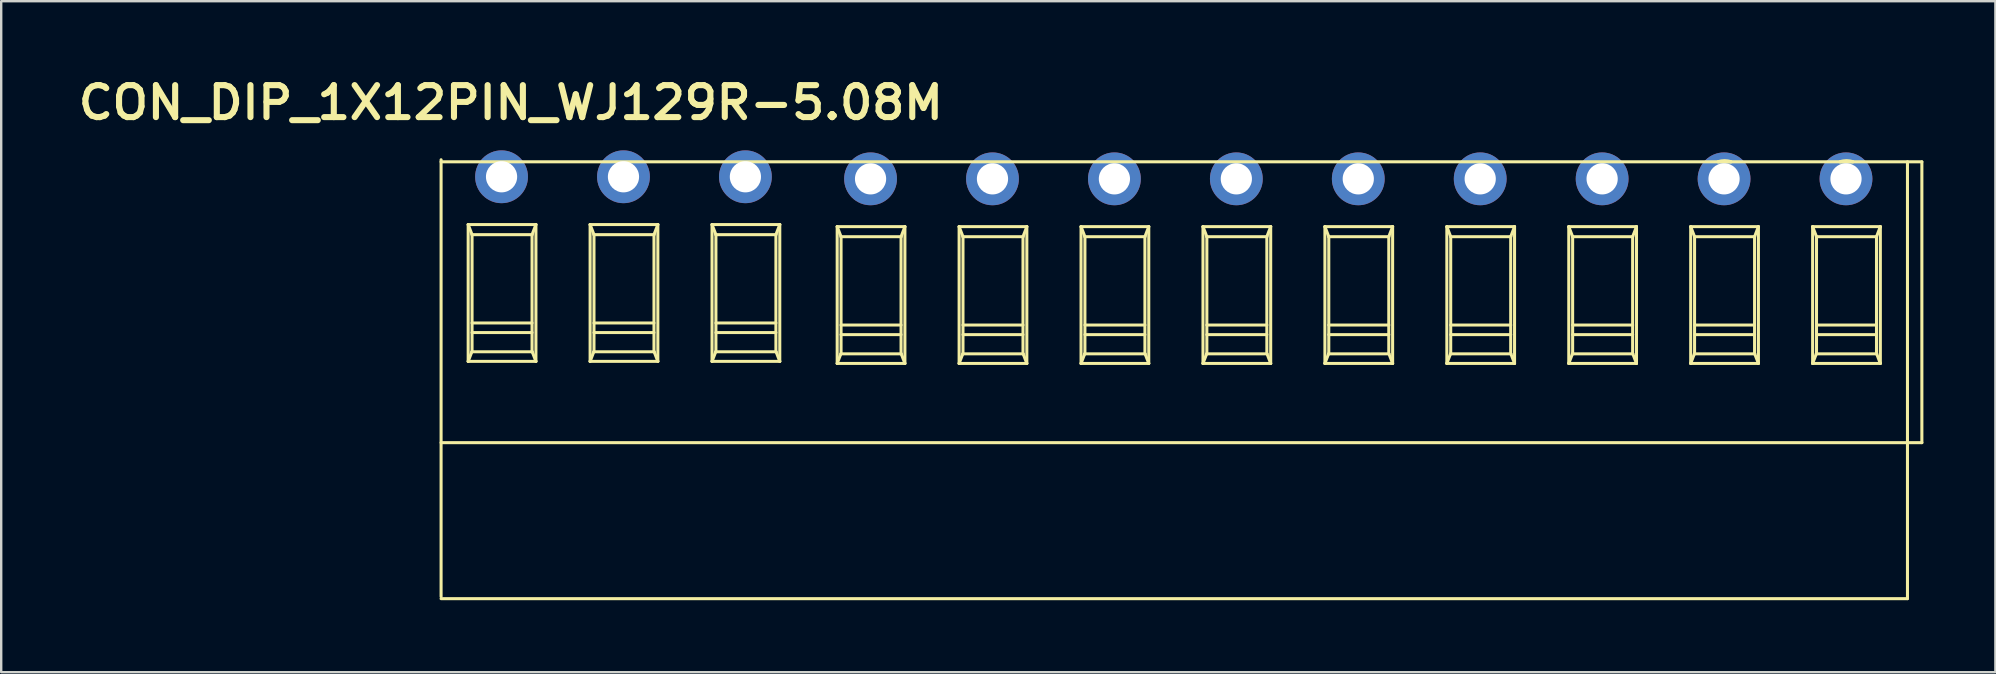
<source format=kicad_pcb>
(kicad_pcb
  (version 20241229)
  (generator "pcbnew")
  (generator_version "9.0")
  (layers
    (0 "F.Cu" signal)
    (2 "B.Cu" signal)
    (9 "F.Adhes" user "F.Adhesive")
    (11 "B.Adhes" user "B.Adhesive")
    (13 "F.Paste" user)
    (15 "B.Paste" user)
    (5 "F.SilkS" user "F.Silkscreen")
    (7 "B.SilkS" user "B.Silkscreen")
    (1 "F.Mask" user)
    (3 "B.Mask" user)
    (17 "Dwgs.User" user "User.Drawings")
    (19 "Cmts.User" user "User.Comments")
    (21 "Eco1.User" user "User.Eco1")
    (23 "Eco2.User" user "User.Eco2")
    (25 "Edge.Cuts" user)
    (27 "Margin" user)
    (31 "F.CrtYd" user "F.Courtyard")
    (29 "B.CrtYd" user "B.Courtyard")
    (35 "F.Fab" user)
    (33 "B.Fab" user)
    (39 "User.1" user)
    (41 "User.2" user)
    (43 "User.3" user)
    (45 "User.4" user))
  (footprint "CON_DIP_1X12PIN_WJ129R-5.08M"
    (layer "F.Cu")
    (at 43.38 15.45)
    (property "Reference" "CON_DIP_1X12PIN_WJ129R-5.08M" (at -25.146 -14.224 0) (unlocked yes) (layer "F.SilkS") (effects (font (size 1.333 1.402) (thickness 0.254))))
    (attr smd)
    (fp_line (start -28.053 -11.758) (end 33.641 -11.758) (stroke (width 0.127) (type solid)) (layer "F.SilkS"))
    (fp_line (start -28.053 -0.058) (end 33.641 -0.058) (stroke (width 0.127) (type solid)) (layer "F.SilkS"))
    (fp_line (start -28.053 6.356) (end -28.053 -11.844) (stroke (width 0.127) (type solid)) (layer "F.SilkS"))
    (fp_line (start -28.053 6.442) (end 33.041 6.442) (stroke (width 0.127) (type solid)) (layer "F.SilkS"))
    (fp_line (start -26.924 -9.144) (end -26.763 -8.724) (stroke (width 0.127) (type solid)) (layer "F.SilkS"))
    (fp_line (start -26.924 -9.144) (end -24.102 -9.144) (stroke (width 0.127) (type solid)) (layer "F.SilkS"))
    (fp_line (start -26.924 -3.444) (end -26.924 -9.144) (stroke (width 0.127) (type solid)) (layer "F.SilkS"))
    (fp_line (start -26.924 -3.444) (end -26.771 -3.844) (stroke (width 0.127) (type solid)) (layer "F.SilkS"))
    (fp_line (start -26.924 -3.444) (end -24.102 -3.444) (stroke (width 0.127) (type solid)) (layer "F.SilkS"))
    (fp_line (start -26.771 -3.844) (end -24.256 -3.844) (stroke (width 0.127) (type solid)) (layer "F.SilkS"))
    (fp_line (start -26.763 -8.724) (end -24.263 -8.724) (stroke (width 0.127) (type solid)) (layer "F.SilkS"))
    (fp_line (start -26.763 -5.044) (end -24.263 -5.044) (stroke (width 0.127) (type solid)) (layer "F.SilkS"))
    (fp_line (start -26.763 -4.644) (end -24.263 -4.644) (stroke (width 0.127) (type solid)) (layer "F.SilkS"))
    (fp_line (start -26.763 -3.844) (end -26.763 -8.724) (stroke (width 0.127) (type solid)) (layer "F.SilkS"))
    (fp_line (start -24.263 -8.724) (end -24.102 -9.144) (stroke (width 0.127) (type solid)) (layer "F.SilkS"))
    (fp_line (start -24.263 -3.844) (end -24.263 -8.724) (stroke (width 0.127) (type solid)) (layer "F.SilkS"))
    (fp_line (start -24.256 -3.844) (end -24.102 -3.444) (stroke (width 0.127) (type solid)) (layer "F.SilkS"))
    (fp_line (start -24.102 -3.444) (end -24.102 -9.144) (stroke (width 0.127) (type solid)) (layer "F.SilkS"))
    (fp_line (start -21.844 -9.144) (end -21.683 -8.724) (stroke (width 0.127) (type solid)) (layer "F.SilkS"))
    (fp_line (start -21.844 -9.144) (end -19.022 -9.144) (stroke (width 0.127) (type solid)) (layer "F.SilkS"))
    (fp_line (start -21.844 -3.444) (end -21.844 -9.144) (stroke (width 0.127) (type solid)) (layer "F.SilkS"))
    (fp_line (start -21.844 -3.444) (end -21.691 -3.844) (stroke (width 0.127) (type solid)) (layer "F.SilkS"))
    (fp_line (start -21.844 -3.444) (end -19.022 -3.444) (stroke (width 0.127) (type solid)) (layer "F.SilkS"))
    (fp_line (start -21.691 -3.844) (end -19.176 -3.844) (stroke (width 0.127) (type solid)) (layer "F.SilkS"))
    (fp_line (start -21.683 -8.724) (end -19.183 -8.724) (stroke (width 0.127) (type solid)) (layer "F.SilkS"))
    (fp_line (start -21.683 -5.044) (end -19.183 -5.044) (stroke (width 0.127) (type solid)) (layer "F.SilkS"))
    (fp_line (start -21.683 -4.644) (end -19.183 -4.644) (stroke (width 0.127) (type solid)) (layer "F.SilkS"))
    (fp_line (start -21.683 -3.844) (end -21.683 -8.724) (stroke (width 0.127) (type solid)) (layer "F.SilkS"))
    (fp_line (start -19.183 -8.724) (end -19.022 -9.144) (stroke (width 0.127) (type solid)) (layer "F.SilkS"))
    (fp_line (start -19.183 -3.844) (end -19.183 -8.724) (stroke (width 0.127) (type solid)) (layer "F.SilkS"))
    (fp_line (start -19.176 -3.844) (end -19.022 -3.444) (stroke (width 0.127) (type solid)) (layer "F.SilkS"))
    (fp_line (start -19.022 -3.444) (end -19.022 -9.144) (stroke (width 0.127) (type solid)) (layer "F.SilkS"))
    (fp_line (start -16.764 -9.144) (end -16.603 -8.724) (stroke (width 0.127) (type solid)) (layer "F.SilkS"))
    (fp_line (start -16.764 -9.144) (end -13.942 -9.144) (stroke (width 0.127) (type solid)) (layer "F.SilkS"))
    (fp_line (start -16.764 -3.444) (end -16.764 -9.144) (stroke (width 0.127) (type solid)) (layer "F.SilkS"))
    (fp_line (start -16.764 -3.444) (end -16.611 -3.844) (stroke (width 0.127) (type solid)) (layer "F.SilkS"))
    (fp_line (start -16.764 -3.444) (end -13.942 -3.444) (stroke (width 0.127) (type solid)) (layer "F.SilkS"))
    (fp_line (start -16.611 -3.844) (end -14.096 -3.844) (stroke (width 0.127) (type solid)) (layer "F.SilkS"))
    (fp_line (start -16.603 -8.724) (end -14.103 -8.724) (stroke (width 0.127) (type solid)) (layer "F.SilkS"))
    (fp_line (start -16.603 -5.044) (end -14.103 -5.044) (stroke (width 0.127) (type solid)) (layer "F.SilkS"))
    (fp_line (start -16.603 -4.644) (end -14.103 -4.644) (stroke (width 0.127) (type solid)) (layer "F.SilkS"))
    (fp_line (start -16.603 -3.844) (end -16.603 -8.724) (stroke (width 0.127) (type solid)) (layer "F.SilkS"))
    (fp_line (start -14.103 -8.724) (end -13.942 -9.144) (stroke (width 0.127) (type solid)) (layer "F.SilkS"))
    (fp_line (start -14.103 -3.844) (end -14.103 -8.724) (stroke (width 0.127) (type solid)) (layer "F.SilkS"))
    (fp_line (start -14.096 -3.844) (end -13.942 -3.444) (stroke (width 0.127) (type solid)) (layer "F.SilkS"))
    (fp_line (start -13.942 -3.444) (end -13.942 -9.144) (stroke (width 0.127) (type solid)) (layer "F.SilkS"))
    (fp_line (start -11.55 -9.058) (end -11.389 -8.638) (stroke (width 0.127) (type solid)) (layer "F.SilkS"))
    (fp_line (start -11.55 -9.058) (end -8.729 -9.058) (stroke (width 0.127) (type solid)) (layer "F.SilkS"))
    (fp_line (start -11.55 -3.358) (end -11.55 -9.058) (stroke (width 0.127) (type solid)) (layer "F.SilkS"))
    (fp_line (start -11.55 -3.358) (end -11.397 -3.758) (stroke (width 0.127) (type solid)) (layer "F.SilkS"))
    (fp_line (start -11.55 -3.358) (end -8.729 -3.358) (stroke (width 0.127) (type solid)) (layer "F.SilkS"))
    (fp_line (start -11.397 -3.758) (end -8.882 -3.758) (stroke (width 0.127) (type solid)) (layer "F.SilkS"))
    (fp_line (start -11.389 -8.638) (end -8.889 -8.638) (stroke (width 0.127) (type solid)) (layer "F.SilkS"))
    (fp_line (start -11.389 -4.958) (end -8.889 -4.958) (stroke (width 0.127) (type solid)) (layer "F.SilkS"))
    (fp_line (start -11.389 -4.558) (end -8.889 -4.558) (stroke (width 0.127) (type solid)) (layer "F.SilkS"))
    (fp_line (start -11.389 -3.758) (end -11.389 -8.638) (stroke (width 0.127) (type solid)) (layer "F.SilkS"))
    (fp_line (start -8.889 -8.638) (end -8.729 -9.058) (stroke (width 0.127) (type solid)) (layer "F.SilkS"))
    (fp_line (start -8.889 -3.758) (end -8.889 -8.638) (stroke (width 0.127) (type solid)) (layer "F.SilkS"))
    (fp_line (start -8.882 -3.758) (end -8.729 -3.358) (stroke (width 0.127) (type solid)) (layer "F.SilkS"))
    (fp_line (start -8.729 -3.358) (end -8.729 -9.058) (stroke (width 0.127) (type solid)) (layer "F.SilkS"))
    (fp_line (start -6.47 -9.058) (end -6.309 -8.638) (stroke (width 0.127) (type solid)) (layer "F.SilkS"))
    (fp_line (start -6.47 -9.058) (end -3.649 -9.058) (stroke (width 0.127) (type solid)) (layer "F.SilkS"))
    (fp_line (start -6.47 -3.358) (end -6.47 -9.058) (stroke (width 0.127) (type solid)) (layer "F.SilkS"))
    (fp_line (start -6.47 -3.358) (end -6.317 -3.758) (stroke (width 0.127) (type solid)) (layer "F.SilkS"))
    (fp_line (start -6.47 -3.358) (end -3.649 -3.358) (stroke (width 0.127) (type solid)) (layer "F.SilkS"))
    (fp_line (start -6.317 -3.758) (end -3.802 -3.758) (stroke (width 0.127) (type solid)) (layer "F.SilkS"))
    (fp_line (start -6.309 -8.638) (end -3.809 -8.638) (stroke (width 0.127) (type solid)) (layer "F.SilkS"))
    (fp_line (start -6.309 -4.958) (end -3.809 -4.958) (stroke (width 0.127) (type solid)) (layer "F.SilkS"))
    (fp_line (start -6.309 -4.558) (end -3.809 -4.558) (stroke (width 0.127) (type solid)) (layer "F.SilkS"))
    (fp_line (start -6.309 -3.758) (end -6.309 -8.638) (stroke (width 0.127) (type solid)) (layer "F.SilkS"))
    (fp_line (start -3.809 -8.638) (end -3.649 -9.058) (stroke (width 0.127) (type solid)) (layer "F.SilkS"))
    (fp_line (start -3.809 -3.758) (end -3.809 -8.638) (stroke (width 0.127) (type solid)) (layer "F.SilkS"))
    (fp_line (start -3.802 -3.758) (end -3.649 -3.358) (stroke (width 0.127) (type solid)) (layer "F.SilkS"))
    (fp_line (start -3.649 -3.358) (end -3.649 -9.058) (stroke (width 0.127) (type solid)) (layer "F.SilkS"))
    (fp_line (start -1.39 -9.058) (end -1.229 -8.638) (stroke (width 0.127) (type solid)) (layer "F.SilkS"))
    (fp_line (start -1.39 -9.058) (end 1.431 -9.058) (stroke (width 0.127) (type solid)) (layer "F.SilkS"))
    (fp_line (start -1.39 -3.358) (end -1.39 -9.058) (stroke (width 0.127) (type solid)) (layer "F.SilkS"))
    (fp_line (start -1.39 -3.358) (end -1.237 -3.758) (stroke (width 0.127) (type solid)) (layer "F.SilkS"))
    (fp_line (start -1.39 -3.358) (end 1.431 -3.358) (stroke (width 0.127) (type solid)) (layer "F.SilkS"))
    (fp_line (start -1.237 -3.758) (end 1.278 -3.758) (stroke (width 0.127) (type solid)) (layer "F.SilkS"))
    (fp_line (start -1.229 -8.638) (end 1.271 -8.638) (stroke (width 0.127) (type solid)) (layer "F.SilkS"))
    (fp_line (start -1.229 -4.958) (end 1.271 -4.958) (stroke (width 0.127) (type solid)) (layer "F.SilkS"))
    (fp_line (start -1.229 -4.558) (end 1.271 -4.558) (stroke (width 0.127) (type solid)) (layer "F.SilkS"))
    (fp_line (start -1.229 -3.758) (end -1.229 -8.638) (stroke (width 0.127) (type solid)) (layer "F.SilkS"))
    (fp_line (start 1.271 -8.638) (end 1.431 -9.058) (stroke (width 0.127) (type solid)) (layer "F.SilkS"))
    (fp_line (start 1.271 -3.758) (end 1.271 -8.638) (stroke (width 0.127) (type solid)) (layer "F.SilkS"))
    (fp_line (start 1.278 -3.758) (end 1.431 -3.358) (stroke (width 0.127) (type solid)) (layer "F.SilkS"))
    (fp_line (start 1.431 -3.358) (end 1.431 -9.058) (stroke (width 0.127) (type solid)) (layer "F.SilkS"))
    (fp_line (start 3.69 -9.058) (end 3.851 -8.638) (stroke (width 0.127) (type solid)) (layer "F.SilkS"))
    (fp_line (start 3.69 -9.058) (end 6.511 -9.058) (stroke (width 0.127) (type solid)) (layer "F.SilkS"))
    (fp_line (start 3.69 -3.358) (end 3.69 -9.058) (stroke (width 0.127) (type solid)) (layer "F.SilkS"))
    (fp_line (start 3.69 -3.358) (end 3.843 -3.758) (stroke (width 0.127) (type solid)) (layer "F.SilkS"))
    (fp_line (start 3.69 -3.358) (end 6.511 -3.358) (stroke (width 0.127) (type solid)) (layer "F.SilkS"))
    (fp_line (start 3.843 -3.758) (end 6.358 -3.758) (stroke (width 0.127) (type solid)) (layer "F.SilkS"))
    (fp_line (start 3.851 -8.638) (end 6.351 -8.638) (stroke (width 0.127) (type solid)) (layer "F.SilkS"))
    (fp_line (start 3.851 -4.958) (end 6.351 -4.958) (stroke (width 0.127) (type solid)) (layer "F.SilkS"))
    (fp_line (start 3.851 -4.558) (end 6.351 -4.558) (stroke (width 0.127) (type solid)) (layer "F.SilkS"))
    (fp_line (start 3.851 -3.758) (end 3.851 -8.638) (stroke (width 0.127) (type solid)) (layer "F.SilkS"))
    (fp_line (start 6.351 -8.638) (end 6.511 -9.058) (stroke (width 0.127) (type solid)) (layer "F.SilkS"))
    (fp_line (start 6.351 -3.758) (end 6.351 -8.638) (stroke (width 0.127) (type solid)) (layer "F.SilkS"))
    (fp_line (start 6.358 -3.758) (end 6.511 -3.358) (stroke (width 0.127) (type solid)) (layer "F.SilkS"))
    (fp_line (start 6.511 -3.358) (end 6.511 -9.058) (stroke (width 0.127) (type solid)) (layer "F.SilkS"))
    (fp_line (start 8.77 -9.058) (end 8.931 -8.638) (stroke (width 0.127) (type solid)) (layer "F.SilkS"))
    (fp_line (start 8.77 -9.058) (end 11.591 -9.058) (stroke (width 0.127) (type solid)) (layer "F.SilkS"))
    (fp_line (start 8.77 -3.358) (end 8.77 -9.058) (stroke (width 0.127) (type solid)) (layer "F.SilkS"))
    (fp_line (start 8.77 -3.358) (end 8.923 -3.758) (stroke (width 0.127) (type solid)) (layer "F.SilkS"))
    (fp_line (start 8.77 -3.358) (end 11.591 -3.358) (stroke (width 0.127) (type solid)) (layer "F.SilkS"))
    (fp_line (start 8.923 -3.758) (end 11.438 -3.758) (stroke (width 0.127) (type solid)) (layer "F.SilkS"))
    (fp_line (start 8.931 -8.638) (end 11.431 -8.638) (stroke (width 0.127) (type solid)) (layer "F.SilkS"))
    (fp_line (start 8.931 -4.958) (end 11.431 -4.958) (stroke (width 0.127) (type solid)) (layer "F.SilkS"))
    (fp_line (start 8.931 -4.558) (end 11.431 -4.558) (stroke (width 0.127) (type solid)) (layer "F.SilkS"))
    (fp_line (start 8.931 -3.758) (end 8.931 -8.638) (stroke (width 0.127) (type solid)) (layer "F.SilkS"))
    (fp_line (start 11.431 -8.638) (end 11.591 -9.058) (stroke (width 0.127) (type solid)) (layer "F.SilkS"))
    (fp_line (start 11.431 -3.758) (end 11.431 -8.638) (stroke (width 0.127) (type solid)) (layer "F.SilkS"))
    (fp_line (start 11.438 -3.758) (end 11.591 -3.358) (stroke (width 0.127) (type solid)) (layer "F.SilkS"))
    (fp_line (start 11.591 -3.358) (end 11.591 -9.058) (stroke (width 0.127) (type solid)) (layer "F.SilkS"))
    (fp_line (start 13.85 -9.058) (end 14.011 -8.638) (stroke (width 0.127) (type solid)) (layer "F.SilkS"))
    (fp_line (start 13.85 -9.058) (end 16.671 -9.058) (stroke (width 0.127) (type solid)) (layer "F.SilkS"))
    (fp_line (start 13.85 -3.358) (end 13.85 -9.058) (stroke (width 0.127) (type solid)) (layer "F.SilkS"))
    (fp_line (start 13.85 -3.358) (end 14.003 -3.758) (stroke (width 0.127) (type solid)) (layer "F.SilkS"))
    (fp_line (start 13.85 -3.358) (end 16.671 -3.358) (stroke (width 0.127) (type solid)) (layer "F.SilkS"))
    (fp_line (start 14.003 -3.758) (end 16.518 -3.758) (stroke (width 0.127) (type solid)) (layer "F.SilkS"))
    (fp_line (start 14.011 -8.638) (end 16.511 -8.638) (stroke (width 0.127) (type solid)) (layer "F.SilkS"))
    (fp_line (start 14.011 -4.958) (end 16.511 -4.958) (stroke (width 0.127) (type solid)) (layer "F.SilkS"))
    (fp_line (start 14.011 -4.558) (end 16.511 -4.558) (stroke (width 0.127) (type solid)) (layer "F.SilkS"))
    (fp_line (start 14.011 -3.758) (end 14.011 -8.638) (stroke (width 0.127) (type solid)) (layer "F.SilkS"))
    (fp_line (start 16.511 -8.638) (end 16.671 -9.058) (stroke (width 0.127) (type solid)) (layer "F.SilkS"))
    (fp_line (start 16.511 -3.758) (end 16.511 -8.638) (stroke (width 0.127) (type solid)) (layer "F.SilkS"))
    (fp_line (start 16.518 -3.758) (end 16.671 -3.358) (stroke (width 0.127) (type solid)) (layer "F.SilkS"))
    (fp_line (start 16.671 -3.358) (end 16.671 -9.058) (stroke (width 0.127) (type solid)) (layer "F.SilkS"))
    (fp_line (start 18.93 -9.058) (end 19.091 -8.638) (stroke (width 0.127) (type solid)) (layer "F.SilkS"))
    (fp_line (start 18.93 -9.058) (end 21.751 -9.058) (stroke (width 0.127) (type solid)) (layer "F.SilkS"))
    (fp_line (start 18.93 -3.358) (end 18.93 -9.058) (stroke (width 0.127) (type solid)) (layer "F.SilkS"))
    (fp_line (start 18.93 -3.358) (end 19.083 -3.758) (stroke (width 0.127) (type solid)) (layer "F.SilkS"))
    (fp_line (start 18.93 -3.358) (end 21.751 -3.358) (stroke (width 0.127) (type solid)) (layer "F.SilkS"))
    (fp_line (start 19.083 -3.758) (end 21.598 -3.758) (stroke (width 0.127) (type solid)) (layer "F.SilkS"))
    (fp_line (start 19.091 -8.638) (end 21.591 -8.638) (stroke (width 0.127) (type solid)) (layer "F.SilkS"))
    (fp_line (start 19.091 -4.958) (end 21.591 -4.958) (stroke (width 0.127) (type solid)) (layer "F.SilkS"))
    (fp_line (start 19.091 -4.558) (end 21.591 -4.558) (stroke (width 0.127) (type solid)) (layer "F.SilkS"))
    (fp_line (start 19.091 -3.758) (end 19.091 -8.638) (stroke (width 0.127) (type solid)) (layer "F.SilkS"))
    (fp_line (start 21.591 -8.638) (end 21.751 -9.058) (stroke (width 0.127) (type solid)) (layer "F.SilkS"))
    (fp_line (start 21.591 -3.758) (end 21.591 -8.638) (stroke (width 0.127) (type solid)) (layer "F.SilkS"))
    (fp_line (start 21.598 -3.758) (end 21.751 -3.358) (stroke (width 0.127) (type solid)) (layer "F.SilkS"))
    (fp_line (start 21.751 -3.358) (end 21.751 -9.058) (stroke (width 0.127) (type solid)) (layer "F.SilkS"))
    (fp_line (start 24.01 -9.058) (end 24.171 -8.638) (stroke (width 0.127) (type solid)) (layer "F.SilkS"))
    (fp_line (start 24.01 -9.058) (end 26.831 -9.058) (stroke (width 0.127) (type solid)) (layer "F.SilkS"))
    (fp_line (start 24.01 -3.358) (end 24.01 -9.058) (stroke (width 0.127) (type solid)) (layer "F.SilkS"))
    (fp_line (start 24.01 -3.358) (end 24.163 -3.758) (stroke (width 0.127) (type solid)) (layer "F.SilkS"))
    (fp_line (start 24.01 -3.358) (end 26.831 -3.358) (stroke (width 0.127) (type solid)) (layer "F.SilkS"))
    (fp_line (start 24.163 -3.758) (end 26.678 -3.758) (stroke (width 0.127) (type solid)) (layer "F.SilkS"))
    (fp_line (start 24.171 -8.638) (end 26.671 -8.638) (stroke (width 0.127) (type solid)) (layer "F.SilkS"))
    (fp_line (start 24.171 -4.958) (end 26.671 -4.958) (stroke (width 0.127) (type solid)) (layer "F.SilkS"))
    (fp_line (start 24.171 -4.558) (end 26.671 -4.558) (stroke (width 0.127) (type solid)) (layer "F.SilkS"))
    (fp_line (start 24.171 -3.758) (end 24.171 -8.638) (stroke (width 0.127) (type solid)) (layer "F.SilkS"))
    (fp_line (start 25.154 -11.758) (end 25.687 -11.758) (stroke (width 0.127) (type solid)) (layer "F.SilkS"))
    (fp_line (start 26.671 -8.638) (end 26.831 -9.058) (stroke (width 0.127) (type solid)) (layer "F.SilkS"))
    (fp_line (start 26.671 -3.758) (end 26.671 -8.638) (stroke (width 0.127) (type solid)) (layer "F.SilkS"))
    (fp_line (start 26.678 -3.758) (end 26.831 -3.358) (stroke (width 0.127) (type solid)) (layer "F.SilkS"))
    (fp_line (start 26.831 -3.358) (end 26.831 -9.058) (stroke (width 0.127) (type solid)) (layer "F.SilkS"))
    (fp_line (start 29.09 -9.058) (end 29.251 -8.638) (stroke (width 0.127) (type solid)) (layer "F.SilkS"))
    (fp_line (start 29.09 -9.058) (end 31.911 -9.058) (stroke (width 0.127) (type solid)) (layer "F.SilkS"))
    (fp_line (start 29.09 -3.358) (end 29.09 -9.058) (stroke (width 0.127) (type solid)) (layer "F.SilkS"))
    (fp_line (start 29.09 -3.358) (end 29.243 -3.758) (stroke (width 0.127) (type solid)) (layer "F.SilkS"))
    (fp_line (start 29.09 -3.358) (end 31.911 -3.358) (stroke (width 0.127) (type solid)) (layer "F.SilkS"))
    (fp_line (start 29.243 -3.758) (end 31.758 -3.758) (stroke (width 0.127) (type solid)) (layer "F.SilkS"))
    (fp_line (start 29.251 -8.638) (end 31.751 -8.638) (stroke (width 0.127) (type solid)) (layer "F.SilkS"))
    (fp_line (start 29.251 -4.958) (end 31.751 -4.958) (stroke (width 0.127) (type solid)) (layer "F.SilkS"))
    (fp_line (start 29.251 -4.558) (end 31.751 -4.558) (stroke (width 0.127) (type solid)) (layer "F.SilkS"))
    (fp_line (start 29.251 -3.758) (end 29.251 -8.638) (stroke (width 0.127) (type solid)) (layer "F.SilkS"))
    (fp_line (start 30.234 -11.758) (end 30.767 -11.758) (stroke (width 0.127) (type solid)) (layer "F.SilkS"))
    (fp_line (start 31.751 -8.638) (end 31.911 -9.058) (stroke (width 0.127) (type solid)) (layer "F.SilkS"))
    (fp_line (start 31.751 -3.758) (end 31.751 -8.638) (stroke (width 0.127) (type solid)) (layer "F.SilkS"))
    (fp_line (start 31.758 -3.758) (end 31.911 -3.358) (stroke (width 0.127) (type solid)) (layer "F.SilkS"))
    (fp_line (start 31.911 -3.358) (end 31.911 -9.058) (stroke (width 0.127) (type solid)) (layer "F.SilkS"))
    (fp_line (start 33.041 6.442) (end 33.041 -11.758) (stroke (width 0.127) (type solid)) (layer "F.SilkS"))
    (fp_line (start 33.641 -0.058) (end 33.641 -11.758) (stroke (width 0.127) (type solid)) (layer "F.SilkS"))
    (fp_arc (start 25.15432 -11.759309) (mid 25.42065 -11.80819) (end 25.68698 -11.759309) (stroke (width 0.127) (type solid)) (layer "F.SilkS"))
    (fp_arc (start 30.23432 -11.759309) (mid 30.50065 -11.80819) (end 30.76698 -11.759309) (stroke (width 0.127) (type solid)) (layer "F.SilkS"))
    (pad "1" thru_hole circle (at -25.534 -11.135) (size 2.2 2.2) (drill 1.3) (layers "*.Cu" "*.Mask"))
    (pad "2" thru_hole circle (at -20.454 -11.135) (size 2.2 2.2) (drill 1.3) (layers "*.Cu" "*.Mask"))
    (pad "3" thru_hole circle (at -15.374 -11.135) (size 2.2 2.2) (drill 1.3) (layers "*.Cu" "*.Mask"))
    (pad "4" thru_hole circle (at -10.16 -11.049) (size 2.2 2.2) (drill 1.3) (layers "*.Cu" "*.Mask"))
    (pad "5" thru_hole circle (at -5.08 -11.049) (size 2.2 2.2) (drill 1.3) (layers "*.Cu" "*.Mask"))
    (pad "6" thru_hole circle (at -0.00002 -11.049) (size 2.2 2.2) (drill 1.3) (layers "*.Cu" "*.Mask"))
    (pad "7" thru_hole circle (at 5.08 -11.049) (size 2.2 2.2) (drill 1.3) (layers "*.Cu" "*.Mask"))
    (pad "8" thru_hole circle (at 10.16 -11.049) (size 2.2 2.2) (drill 1.3) (layers "*.Cu" "*.Mask"))
    (pad "9" thru_hole circle (at 15.24 -11.049) (size 2.2 2.2) (drill 1.3) (layers "*.Cu" "*.Mask"))
    (pad "10" thru_hole circle (at 20.32 -11.049) (size 2.2 2.2) (drill 1.3) (layers "*.Cu" "*.Mask"))
    (pad "11" thru_hole circle (at 25.4 -11.049) (size 2.2 2.2) (drill 1.3) (layers "*.Cu" "*.Mask"))
    (pad "12" thru_hole circle (at 30.48 -11.049) (size 2.2 2.2) (drill 1.3) (layers "*.Cu" "*.Mask")))
  (gr_rect
    (start -3 -3)
    (end 80.084 24.955)
    (stroke (width 0.1) (type default))
    (fill no)
    (layer "Edge.Cuts")))
</source>
